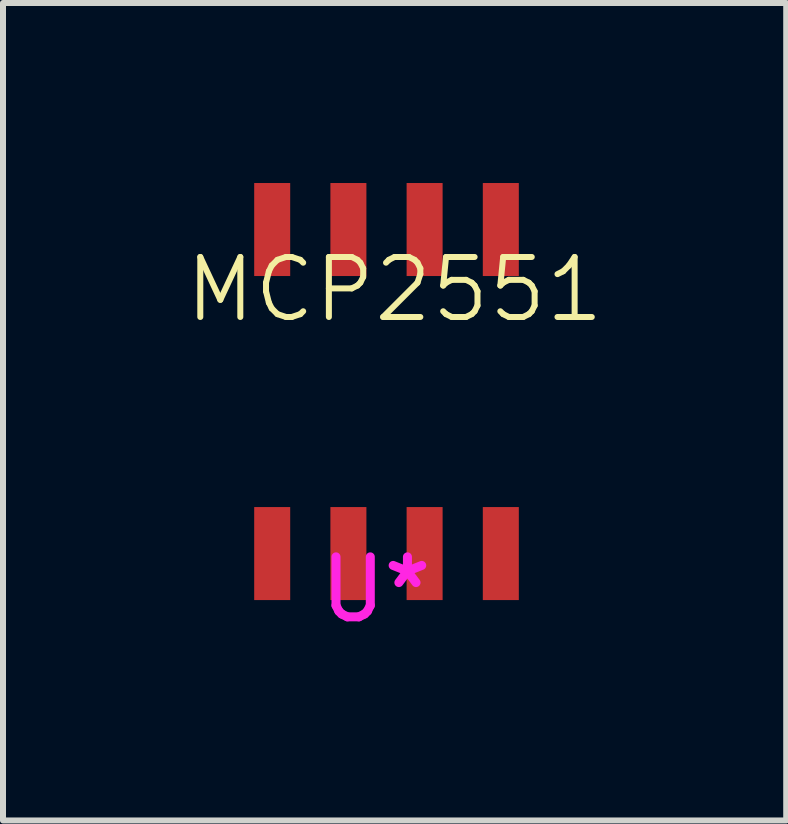
<source format=kicad_pcb>
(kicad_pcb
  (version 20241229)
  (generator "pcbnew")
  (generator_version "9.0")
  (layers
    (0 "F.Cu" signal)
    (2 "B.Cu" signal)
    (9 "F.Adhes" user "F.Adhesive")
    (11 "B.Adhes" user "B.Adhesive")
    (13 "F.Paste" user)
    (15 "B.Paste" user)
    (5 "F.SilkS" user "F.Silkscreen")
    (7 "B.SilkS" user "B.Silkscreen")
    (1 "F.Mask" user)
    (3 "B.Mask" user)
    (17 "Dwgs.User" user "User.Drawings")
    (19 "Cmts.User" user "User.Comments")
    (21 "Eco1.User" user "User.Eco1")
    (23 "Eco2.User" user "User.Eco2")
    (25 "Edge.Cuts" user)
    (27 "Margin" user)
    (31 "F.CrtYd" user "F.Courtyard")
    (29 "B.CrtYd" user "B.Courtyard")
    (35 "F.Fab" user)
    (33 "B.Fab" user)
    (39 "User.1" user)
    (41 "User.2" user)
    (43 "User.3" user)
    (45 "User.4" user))
  (footprint "MCP2551"
    (layer "F.Cu")
    (at 1.486 3.675)
    (property "Reference" "MCP2551" (at 2.04 -1.9 0) (unlocked yes) (layer "F.SilkS") (effects (font (size 1 1) (thickness 0.1))))
    (attr smd)
    (fp_text user "U*" (at 1.73 3.1 0) (unlocked yes) (layer "F.CrtYd") (effects (font (size 1 1) (thickness 0.15))))
    (pad "1" smd rect (at 0 2.5) (size 0.6 1.55) (layers "F.Cu" "F.Mask" "F.Paste"))
    (pad "2" smd rect (at 1.27 2.5) (size 0.6 1.55) (layers "F.Cu" "F.Mask" "F.Paste"))
    (pad "3" smd rect (at 2.54 2.5) (size 0.6 1.55) (layers "F.Cu" "F.Mask" "F.Paste"))
    (pad "4" smd rect (at 3.81 2.5) (size 0.6 1.55) (layers "F.Cu" "F.Mask" "F.Paste"))
    (pad "5" smd rect (at 3.81 -2.9) (size 0.6 1.55) (layers "F.Cu" "F.Mask" "F.Paste"))
    (pad "6" smd rect (at 2.54 -2.9) (size 0.6 1.55) (layers "F.Cu" "F.Mask" "F.Paste"))
    (pad "7" smd rect (at 1.27 -2.9) (size 0.6 1.55) (layers "F.Cu" "F.Mask" "F.Paste"))
    (pad "8" smd rect (at 0 -2.9) (size 0.6 1.55) (layers "F.Cu" "F.Mask" "F.Paste")))
  (gr_rect
    (start -3 -3)
    (end 10.052 10.623)
    (stroke (width 0.1) (type default))
    (fill no)
    (layer "Edge.Cuts")))
</source>
